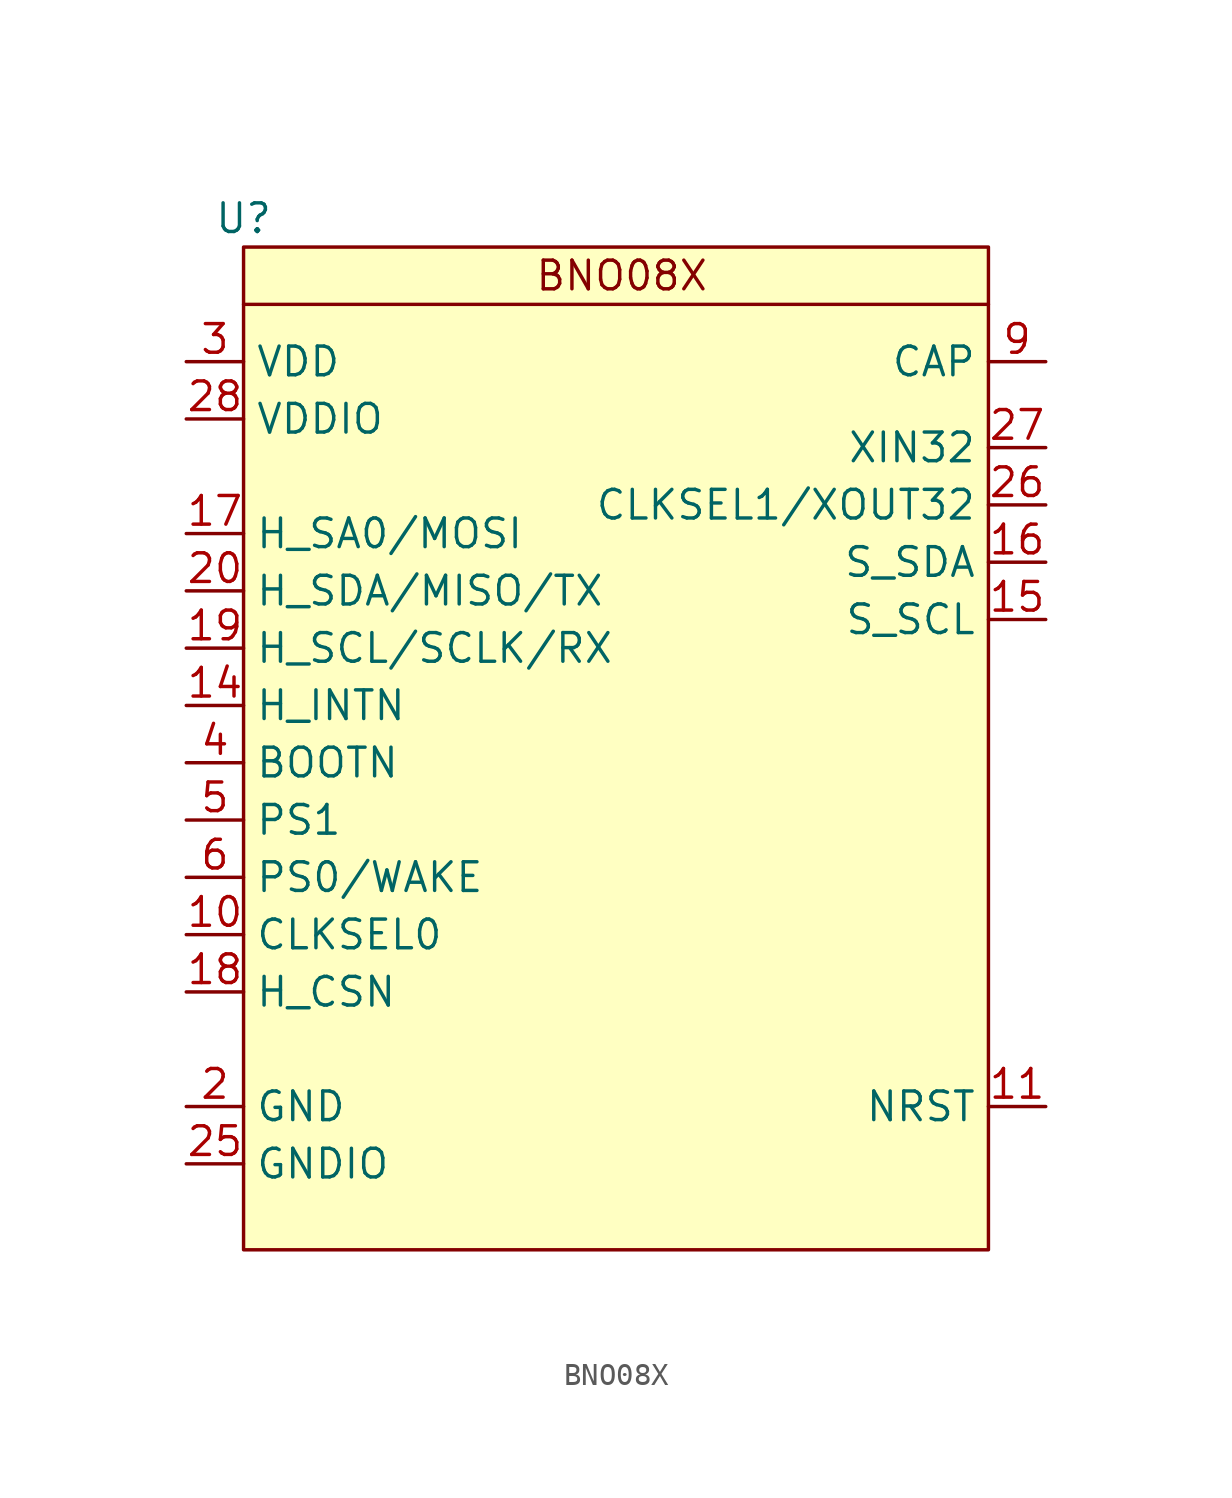
<source format=kicad_sym>
(kicad_symbol_lib
  (version 20231120)
  (generator "kicad_symbol_editor")
  (generator_version "8.0")
  (symbol "BNO08X"
    (property "Reference" "U"
      (at 0 0 0)
      (effects (font (size 1.27 1.27))))
    (property "Value" ""
      (at 0 0 0)
      (effects (font (size 1.27 1.27))))
    (symbol "BNO08X_0_1"
      (polyline (pts (xy 0 -3.81) (xy 33.02 -3.81)) (stroke (width 0) (type default)) (fill (type none))))
    (symbol "BNO08X_1_1"
      (rectangle (start 0 -1.27) (end 33.02 -45.72) (stroke (width 0) (type default)) (fill (type background)))
      (text "BNO08X" (at 16.764 -2.54 0) (effects (font (size 1.27 1.27))))
      (pin input line (at -2.54 -31.75 0) (length 2.54) (name "CLKSEL0" (effects (font (size 1.27 1.27)))) (number "10" (effects (font (size 1.27 1.27)))))
      (pin input line (at 35.56 -39.37 180) (length 2.54) (name "NRST" (effects (font (size 1.27 1.27)))) (number "11" (effects (font (size 1.27 1.27)))))
      (pin output line (at -2.54 -21.59 0) (length 2.54) (name "H_INTN" (effects (font (size 1.27 1.27)))) (number "14" (effects (font (size 1.27 1.27)))))
      (pin bidirectional line (at 35.56 -17.78 180) (length 2.54) (name "S_SCL" (effects (font (size 1.27 1.27)))) (number "15" (effects (font (size 1.27 1.27)))))
      (pin bidirectional line (at 35.56 -15.24 180) (length 2.54) (name "S_SDA" (effects (font (size 1.27 1.27)))) (number "16" (effects (font (size 1.27 1.27)))))
      (pin output line (at -2.54 -13.97 0) (length 2.54) (name "H_SA0/MOSI" (effects (font (size 1.27 1.27)))) (number "17" (effects (font (size 1.27 1.27)))))
      (pin input line (at -2.54 -34.29 0) (length 2.54) (name "H_CSN" (effects (font (size 1.27 1.27)))) (number "18" (effects (font (size 1.27 1.27)))))
      (pin bidirectional line (at -2.54 -19.05 0) (length 2.54) (name "H_SCL/SCLK/RX" (effects (font (size 1.27 1.27)))) (number "19" (effects (font (size 1.27 1.27)))))
      (pin input line (at -2.54 -39.37 0) (length 2.54) (name "GND" (effects (font (size 1.27 1.27)))) (number "2" (effects (font (size 1.27 1.27)))))
      (pin bidirectional line (at -2.54 -16.51 0) (length 2.54) (name "H_SDA/MISO/TX" (effects (font (size 1.27 1.27)))) (number "20" (effects (font (size 1.27 1.27)))))
      (pin input line (at -2.54 -41.91 0) (length 2.54) (name "GNDIO" (effects (font (size 1.27 1.27)))) (number "25" (effects (font (size 1.27 1.27)))))
      (pin output line (at 35.56 -12.7 180) (length 2.54) (name "CLKSEL1/XOUT32" (effects (font (size 1.27 1.27)))) (number "26" (effects (font (size 1.27 1.27)))))
      (pin input line (at 35.56 -10.16 180) (length 2.54) (name "XIN32" (effects (font (size 1.27 1.27)))) (number "27" (effects (font (size 1.27 1.27)))))
      (pin input line (at -2.54 -8.89 0) (length 2.54) (name "VDDIO" (effects (font (size 1.27 1.27)))) (number "28" (effects (font (size 1.27 1.27)))))
      (pin input line (at -2.54 -6.35 0) (length 2.54) (name "VDD" (effects (font (size 1.27 1.27)))) (number "3" (effects (font (size 1.27 1.27)))))
      (pin input line (at -2.54 -24.13 0) (length 2.54) (name "BOOTN" (effects (font (size 1.27 1.27)))) (number "4" (effects (font (size 1.27 1.27)))))
      (pin input line (at -2.54 -26.67 0) (length 2.54) (name "PS1" (effects (font (size 1.27 1.27)))) (number "5" (effects (font (size 1.27 1.27)))))
      (pin input line (at -2.54 -29.21 0) (length 2.54) (name "PS0/WAKE" (effects (font (size 1.27 1.27)))) (number "6" (effects (font (size 1.27 1.27)))))
      (pin passive line (at 35.56 -6.35 180) (length 2.54) (name "CAP" (effects (font (size 1.27 1.27)))) (number "9" (effects (font (size 1.27 1.27))))))))
</source>
